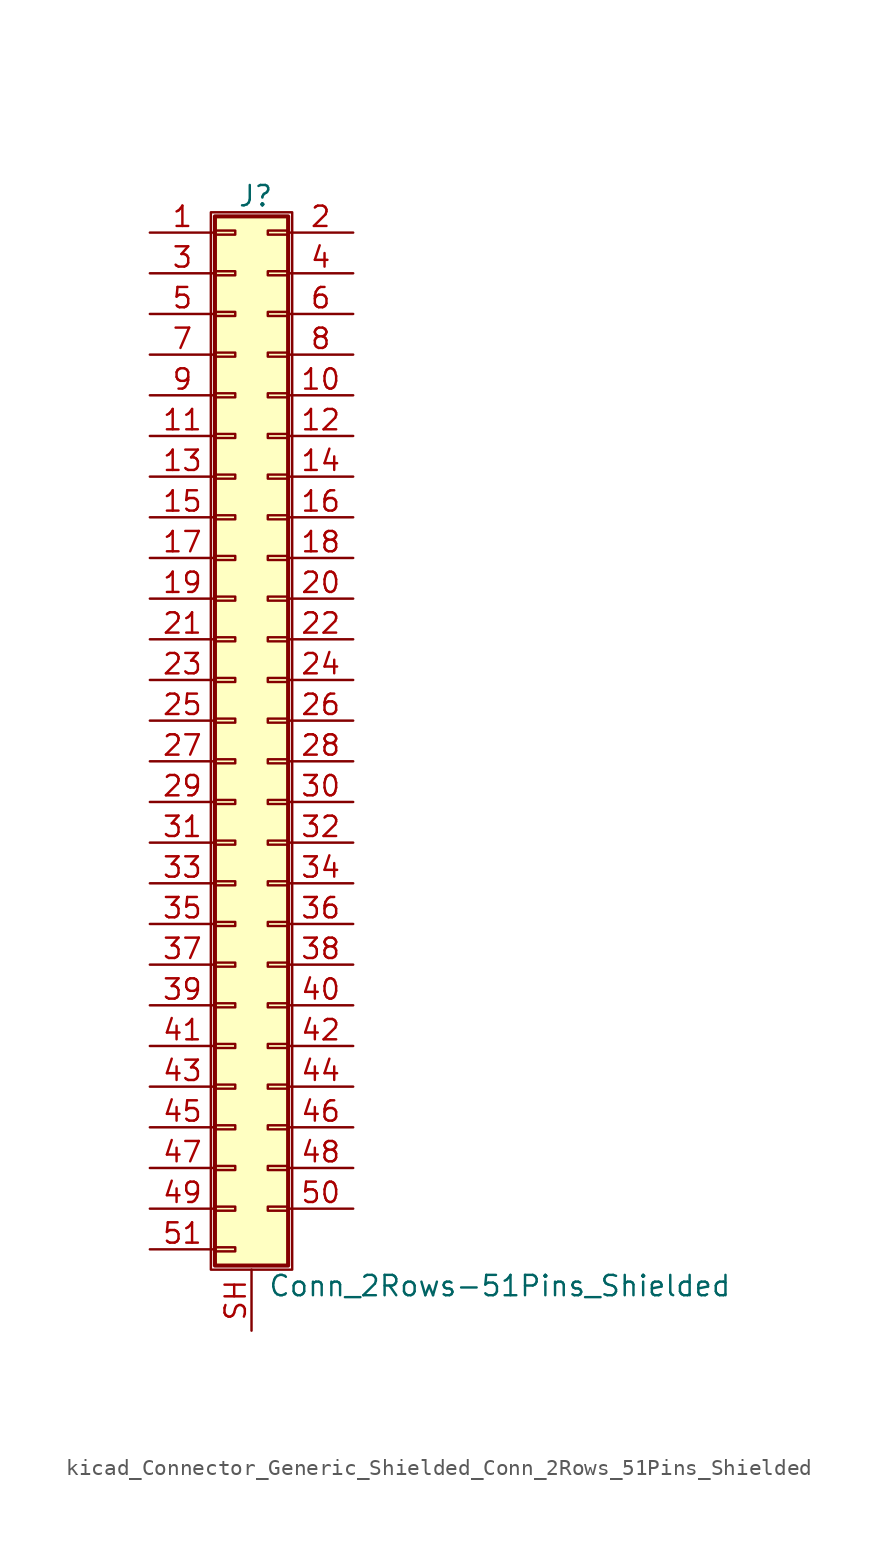
<source format=kicad_sym>
(kicad_symbol_lib
  (version 20220914)
  (generator kicad_symbol_editor)
  (symbol "kicad_Connector_Generic_Shielded_Conn_2Rows_51Pins_Shielded"
    (pin_names
      (offset 1.016) hide)
    (property "Reference" "J"
      (at 1.524 32.766 0)
      (effects (font (size 1.27 1.27))))
    (property "Value" "Conn_2Rows-51Pins_Shielded"
      (at 2.286 -35.306 0)
      (effects (font (size 1.27 1.27)) (justify left)))
    (symbol "kicad_Connector_Generic_Shielded_Conn_2Rows_51Pins_Shielded_1_1"
      (rectangle (start -1.27 31.75) (end 3.81 -34.29) (stroke (width 0.152) (type default)) (fill (type none)))
      (rectangle (start -1.016 -32.893) (end 0.254 -33.147) (stroke (width 0.152) (type default)) (fill (type none)))
      (rectangle (start -1.016 -30.353) (end 0.254 -30.607) (stroke (width 0.152) (type default)) (fill (type none)))
      (rectangle (start -1.016 -27.813) (end 0.254 -28.067) (stroke (width 0.152) (type default)) (fill (type none)))
      (rectangle (start -1.016 -25.273) (end 0.254 -25.527) (stroke (width 0.152) (type default)) (fill (type none)))
      (rectangle (start -1.016 -22.733) (end 0.254 -22.987) (stroke (width 0.152) (type default)) (fill (type none)))
      (rectangle (start -1.016 -20.193) (end 0.254 -20.447) (stroke (width 0.152) (type default)) (fill (type none)))
      (rectangle (start -1.016 -17.653) (end 0.254 -17.907) (stroke (width 0.152) (type default)) (fill (type none)))
      (rectangle (start -1.016 -15.113) (end 0.254 -15.367) (stroke (width 0.152) (type default)) (fill (type none)))
      (rectangle (start -1.016 -12.573) (end 0.254 -12.827) (stroke (width 0.152) (type default)) (fill (type none)))
      (rectangle (start -1.016 -10.033) (end 0.254 -10.287) (stroke (width 0.152) (type default)) (fill (type none)))
      (rectangle (start -1.016 -7.493) (end 0.254 -7.747) (stroke (width 0.152) (type default)) (fill (type none)))
      (rectangle (start -1.016 -4.953) (end 0.254 -5.207) (stroke (width 0.152) (type default)) (fill (type none)))
      (rectangle (start -1.016 -2.413) (end 0.254 -2.667) (stroke (width 0.152) (type default)) (fill (type none)))
      (rectangle (start -1.016 0.127) (end 0.254 -0.127) (stroke (width 0.152) (type default)) (fill (type none)))
      (rectangle (start -1.016 2.667) (end 0.254 2.413) (stroke (width 0.152) (type default)) (fill (type none)))
      (rectangle (start -1.016 5.207) (end 0.254 4.953) (stroke (width 0.152) (type default)) (fill (type none)))
      (rectangle (start -1.016 7.747) (end 0.254 7.493) (stroke (width 0.152) (type default)) (fill (type none)))
      (rectangle (start -1.016 10.287) (end 0.254 10.033) (stroke (width 0.152) (type default)) (fill (type none)))
      (rectangle (start -1.016 12.827) (end 0.254 12.573) (stroke (width 0.152) (type default)) (fill (type none)))
      (rectangle (start -1.016 15.367) (end 0.254 15.113) (stroke (width 0.152) (type default)) (fill (type none)))
      (rectangle (start -1.016 17.907) (end 0.254 17.653) (stroke (width 0.152) (type default)) (fill (type none)))
      (rectangle (start -1.016 20.447) (end 0.254 20.193) (stroke (width 0.152) (type default)) (fill (type none)))
      (rectangle (start -1.016 22.987) (end 0.254 22.733) (stroke (width 0.152) (type default)) (fill (type none)))
      (rectangle (start -1.016 25.527) (end 0.254 25.273) (stroke (width 0.152) (type default)) (fill (type none)))
      (rectangle (start -1.016 28.067) (end 0.254 27.813) (stroke (width 0.152) (type default)) (fill (type none)))
      (rectangle (start -1.016 30.607) (end 0.254 30.353) (stroke (width 0.152) (type default)) (fill (type none)))
      (rectangle (start -1.016 31.496) (end 3.556 -34.036) (stroke (width 0.254) (type default)) (fill (type background)))
      (rectangle (start 3.556 -30.353) (end 2.286 -30.607) (stroke (width 0.152) (type default)) (fill (type none)))
      (rectangle (start 3.556 -27.813) (end 2.286 -28.067) (stroke (width 0.152) (type default)) (fill (type none)))
      (rectangle (start 3.556 -25.273) (end 2.286 -25.527) (stroke (width 0.152) (type default)) (fill (type none)))
      (rectangle (start 3.556 -22.733) (end 2.286 -22.987) (stroke (width 0.152) (type default)) (fill (type none)))
      (rectangle (start 3.556 -20.193) (end 2.286 -20.447) (stroke (width 0.152) (type default)) (fill (type none)))
      (rectangle (start 3.556 -17.653) (end 2.286 -17.907) (stroke (width 0.152) (type default)) (fill (type none)))
      (rectangle (start 3.556 -15.113) (end 2.286 -15.367) (stroke (width 0.152) (type default)) (fill (type none)))
      (rectangle (start 3.556 -12.573) (end 2.286 -12.827) (stroke (width 0.152) (type default)) (fill (type none)))
      (rectangle (start 3.556 -10.033) (end 2.286 -10.287) (stroke (width 0.152) (type default)) (fill (type none)))
      (rectangle (start 3.556 -7.493) (end 2.286 -7.747) (stroke (width 0.152) (type default)) (fill (type none)))
      (rectangle (start 3.556 -4.953) (end 2.286 -5.207) (stroke (width 0.152) (type default)) (fill (type none)))
      (rectangle (start 3.556 -2.413) (end 2.286 -2.667) (stroke (width 0.152) (type default)) (fill (type none)))
      (rectangle (start 3.556 0.127) (end 2.286 -0.127) (stroke (width 0.152) (type default)) (fill (type none)))
      (rectangle (start 3.556 2.667) (end 2.286 2.413) (stroke (width 0.152) (type default)) (fill (type none)))
      (rectangle (start 3.556 5.207) (end 2.286 4.953) (stroke (width 0.152) (type default)) (fill (type none)))
      (rectangle (start 3.556 7.747) (end 2.286 7.493) (stroke (width 0.152) (type default)) (fill (type none)))
      (rectangle (start 3.556 10.287) (end 2.286 10.033) (stroke (width 0.152) (type default)) (fill (type none)))
      (rectangle (start 3.556 12.827) (end 2.286 12.573) (stroke (width 0.152) (type default)) (fill (type none)))
      (rectangle (start 3.556 15.367) (end 2.286 15.113) (stroke (width 0.152) (type default)) (fill (type none)))
      (rectangle (start 3.556 17.907) (end 2.286 17.653) (stroke (width 0.152) (type default)) (fill (type none)))
      (rectangle (start 3.556 20.447) (end 2.286 20.193) (stroke (width 0.152) (type default)) (fill (type none)))
      (rectangle (start 3.556 22.987) (end 2.286 22.733) (stroke (width 0.152) (type default)) (fill (type none)))
      (rectangle (start 3.556 25.527) (end 2.286 25.273) (stroke (width 0.152) (type default)) (fill (type none)))
      (rectangle (start 3.556 28.067) (end 2.286 27.813) (stroke (width 0.152) (type default)) (fill (type none)))
      (rectangle (start 3.556 30.607) (end 2.286 30.353) (stroke (width 0.152) (type default)) (fill (type none)))
      (pin passive line (at -5.08 30.48 0) (length 4.064) (name "Pin_1" (effects (font (size 1.27 1.27)))) (number "1" (effects (font (size 1.27 1.27)))))
      (pin passive line (at 7.62 20.32 180) (length 4.064) (name "Pin_10" (effects (font (size 1.27 1.27)))) (number "10" (effects (font (size 1.27 1.27)))))
      (pin passive line (at -5.08 17.78 0) (length 4.064) (name "Pin_11" (effects (font (size 1.27 1.27)))) (number "11" (effects (font (size 1.27 1.27)))))
      (pin passive line (at 7.62 17.78 180) (length 4.064) (name "Pin_12" (effects (font (size 1.27 1.27)))) (number "12" (effects (font (size 1.27 1.27)))))
      (pin passive line (at -5.08 15.24 0) (length 4.064) (name "Pin_13" (effects (font (size 1.27 1.27)))) (number "13" (effects (font (size 1.27 1.27)))))
      (pin passive line (at 7.62 15.24 180) (length 4.064) (name "Pin_14" (effects (font (size 1.27 1.27)))) (number "14" (effects (font (size 1.27 1.27)))))
      (pin passive line (at -5.08 12.7 0) (length 4.064) (name "Pin_15" (effects (font (size 1.27 1.27)))) (number "15" (effects (font (size 1.27 1.27)))))
      (pin passive line (at 7.62 12.7 180) (length 4.064) (name "Pin_16" (effects (font (size 1.27 1.27)))) (number "16" (effects (font (size 1.27 1.27)))))
      (pin passive line (at -5.08 10.16 0) (length 4.064) (name "Pin_17" (effects (font (size 1.27 1.27)))) (number "17" (effects (font (size 1.27 1.27)))))
      (pin passive line (at 7.62 10.16 180) (length 4.064) (name "Pin_18" (effects (font (size 1.27 1.27)))) (number "18" (effects (font (size 1.27 1.27)))))
      (pin passive line (at -5.08 7.62 0) (length 4.064) (name "Pin_19" (effects (font (size 1.27 1.27)))) (number "19" (effects (font (size 1.27 1.27)))))
      (pin passive line (at 7.62 30.48 180) (length 4.064) (name "Pin_2" (effects (font (size 1.27 1.27)))) (number "2" (effects (font (size 1.27 1.27)))))
      (pin passive line (at 7.62 7.62 180) (length 4.064) (name "Pin_20" (effects (font (size 1.27 1.27)))) (number "20" (effects (font (size 1.27 1.27)))))
      (pin passive line (at -5.08 5.08 0) (length 4.064) (name "Pin_21" (effects (font (size 1.27 1.27)))) (number "21" (effects (font (size 1.27 1.27)))))
      (pin passive line (at 7.62 5.08 180) (length 4.064) (name "Pin_22" (effects (font (size 1.27 1.27)))) (number "22" (effects (font (size 1.27 1.27)))))
      (pin passive line (at -5.08 2.54 0) (length 4.064) (name "Pin_23" (effects (font (size 1.27 1.27)))) (number "23" (effects (font (size 1.27 1.27)))))
      (pin passive line (at 7.62 2.54 180) (length 4.064) (name "Pin_24" (effects (font (size 1.27 1.27)))) (number "24" (effects (font (size 1.27 1.27)))))
      (pin passive line (at -5.08 0 0) (length 4.064) (name "Pin_25" (effects (font (size 1.27 1.27)))) (number "25" (effects (font (size 1.27 1.27)))))
      (pin passive line (at 7.62 0 180) (length 4.064) (name "Pin_26" (effects (font (size 1.27 1.27)))) (number "26" (effects (font (size 1.27 1.27)))))
      (pin passive line (at -5.08 -2.54 0) (length 4.064) (name "Pin_27" (effects (font (size 1.27 1.27)))) (number "27" (effects (font (size 1.27 1.27)))))
      (pin passive line (at 7.62 -2.54 180) (length 4.064) (name "Pin_28" (effects (font (size 1.27 1.27)))) (number "28" (effects (font (size 1.27 1.27)))))
      (pin passive line (at -5.08 -5.08 0) (length 4.064) (name "Pin_29" (effects (font (size 1.27 1.27)))) (number "29" (effects (font (size 1.27 1.27)))))
      (pin passive line (at -5.08 27.94 0) (length 4.064) (name "Pin_3" (effects (font (size 1.27 1.27)))) (number "3" (effects (font (size 1.27 1.27)))))
      (pin passive line (at 7.62 -5.08 180) (length 4.064) (name "Pin_30" (effects (font (size 1.27 1.27)))) (number "30" (effects (font (size 1.27 1.27)))))
      (pin passive line (at -5.08 -7.62 0) (length 4.064) (name "Pin_31" (effects (font (size 1.27 1.27)))) (number "31" (effects (font (size 1.27 1.27)))))
      (pin passive line (at 7.62 -7.62 180) (length 4.064) (name "Pin_32" (effects (font (size 1.27 1.27)))) (number "32" (effects (font (size 1.27 1.27)))))
      (pin passive line (at -5.08 -10.16 0) (length 4.064) (name "Pin_33" (effects (font (size 1.27 1.27)))) (number "33" (effects (font (size 1.27 1.27)))))
      (pin passive line (at 7.62 -10.16 180) (length 4.064) (name "Pin_34" (effects (font (size 1.27 1.27)))) (number "34" (effects (font (size 1.27 1.27)))))
      (pin passive line (at -5.08 -12.7 0) (length 4.064) (name "Pin_35" (effects (font (size 1.27 1.27)))) (number "35" (effects (font (size 1.27 1.27)))))
      (pin passive line (at 7.62 -12.7 180) (length 4.064) (name "Pin_36" (effects (font (size 1.27 1.27)))) (number "36" (effects (font (size 1.27 1.27)))))
      (pin passive line (at -5.08 -15.24 0) (length 4.064) (name "Pin_37" (effects (font (size 1.27 1.27)))) (number "37" (effects (font (size 1.27 1.27)))))
      (pin passive line (at 7.62 -15.24 180) (length 4.064) (name "Pin_38" (effects (font (size 1.27 1.27)))) (number "38" (effects (font (size 1.27 1.27)))))
      (pin passive line (at -5.08 -17.78 0) (length 4.064) (name "Pin_39" (effects (font (size 1.27 1.27)))) (number "39" (effects (font (size 1.27 1.27)))))
      (pin passive line (at 7.62 27.94 180) (length 4.064) (name "Pin_4" (effects (font (size 1.27 1.27)))) (number "4" (effects (font (size 1.27 1.27)))))
      (pin passive line (at 7.62 -17.78 180) (length 4.064) (name "Pin_40" (effects (font (size 1.27 1.27)))) (number "40" (effects (font (size 1.27 1.27)))))
      (pin passive line (at -5.08 -20.32 0) (length 4.064) (name "Pin_41" (effects (font (size 1.27 1.27)))) (number "41" (effects (font (size 1.27 1.27)))))
      (pin passive line (at 7.62 -20.32 180) (length 4.064) (name "Pin_42" (effects (font (size 1.27 1.27)))) (number "42" (effects (font (size 1.27 1.27)))))
      (pin passive line (at -5.08 -22.86 0) (length 4.064) (name "Pin_43" (effects (font (size 1.27 1.27)))) (number "43" (effects (font (size 1.27 1.27)))))
      (pin passive line (at 7.62 -22.86 180) (length 4.064) (name "Pin_44" (effects (font (size 1.27 1.27)))) (number "44" (effects (font (size 1.27 1.27)))))
      (pin passive line (at -5.08 -25.4 0) (length 4.064) (name "Pin_45" (effects (font (size 1.27 1.27)))) (number "45" (effects (font (size 1.27 1.27)))))
      (pin passive line (at 7.62 -25.4 180) (length 4.064) (name "Pin_46" (effects (font (size 1.27 1.27)))) (number "46" (effects (font (size 1.27 1.27)))))
      (pin passive line (at -5.08 -27.94 0) (length 4.064) (name "Pin_47" (effects (font (size 1.27 1.27)))) (number "47" (effects (font (size 1.27 1.27)))))
      (pin passive line (at 7.62 -27.94 180) (length 4.064) (name "Pin_48" (effects (font (size 1.27 1.27)))) (number "48" (effects (font (size 1.27 1.27)))))
      (pin passive line (at -5.08 -30.48 0) (length 4.064) (name "Pin_49" (effects (font (size 1.27 1.27)))) (number "49" (effects (font (size 1.27 1.27)))))
      (pin passive line (at -5.08 25.4 0) (length 4.064) (name "Pin_5" (effects (font (size 1.27 1.27)))) (number "5" (effects (font (size 1.27 1.27)))))
      (pin passive line (at 7.62 -30.48 180) (length 4.064) (name "Pin_50" (effects (font (size 1.27 1.27)))) (number "50" (effects (font (size 1.27 1.27)))))
      (pin passive line (at -5.08 -33.02 0) (length 4.064) (name "Pin_51" (effects (font (size 1.27 1.27)))) (number "51" (effects (font (size 1.27 1.27)))))
      (pin passive line (at 7.62 25.4 180) (length 4.064) (name "Pin_6" (effects (font (size 1.27 1.27)))) (number "6" (effects (font (size 1.27 1.27)))))
      (pin passive line (at -5.08 22.86 0) (length 4.064) (name "Pin_7" (effects (font (size 1.27 1.27)))) (number "7" (effects (font (size 1.27 1.27)))))
      (pin passive line (at 7.62 22.86 180) (length 4.064) (name "Pin_8" (effects (font (size 1.27 1.27)))) (number "8" (effects (font (size 1.27 1.27)))))
      (pin passive line (at -5.08 20.32 0) (length 4.064) (name "Pin_9" (effects (font (size 1.27 1.27)))) (number "9" (effects (font (size 1.27 1.27)))))
      (pin passive line (at 1.27 -38.1 90) (length 3.81) (name "Shield" (effects (font (size 1.27 1.27)))) (number "SH" (effects (font (size 1.27 1.27))))))))
</source>
